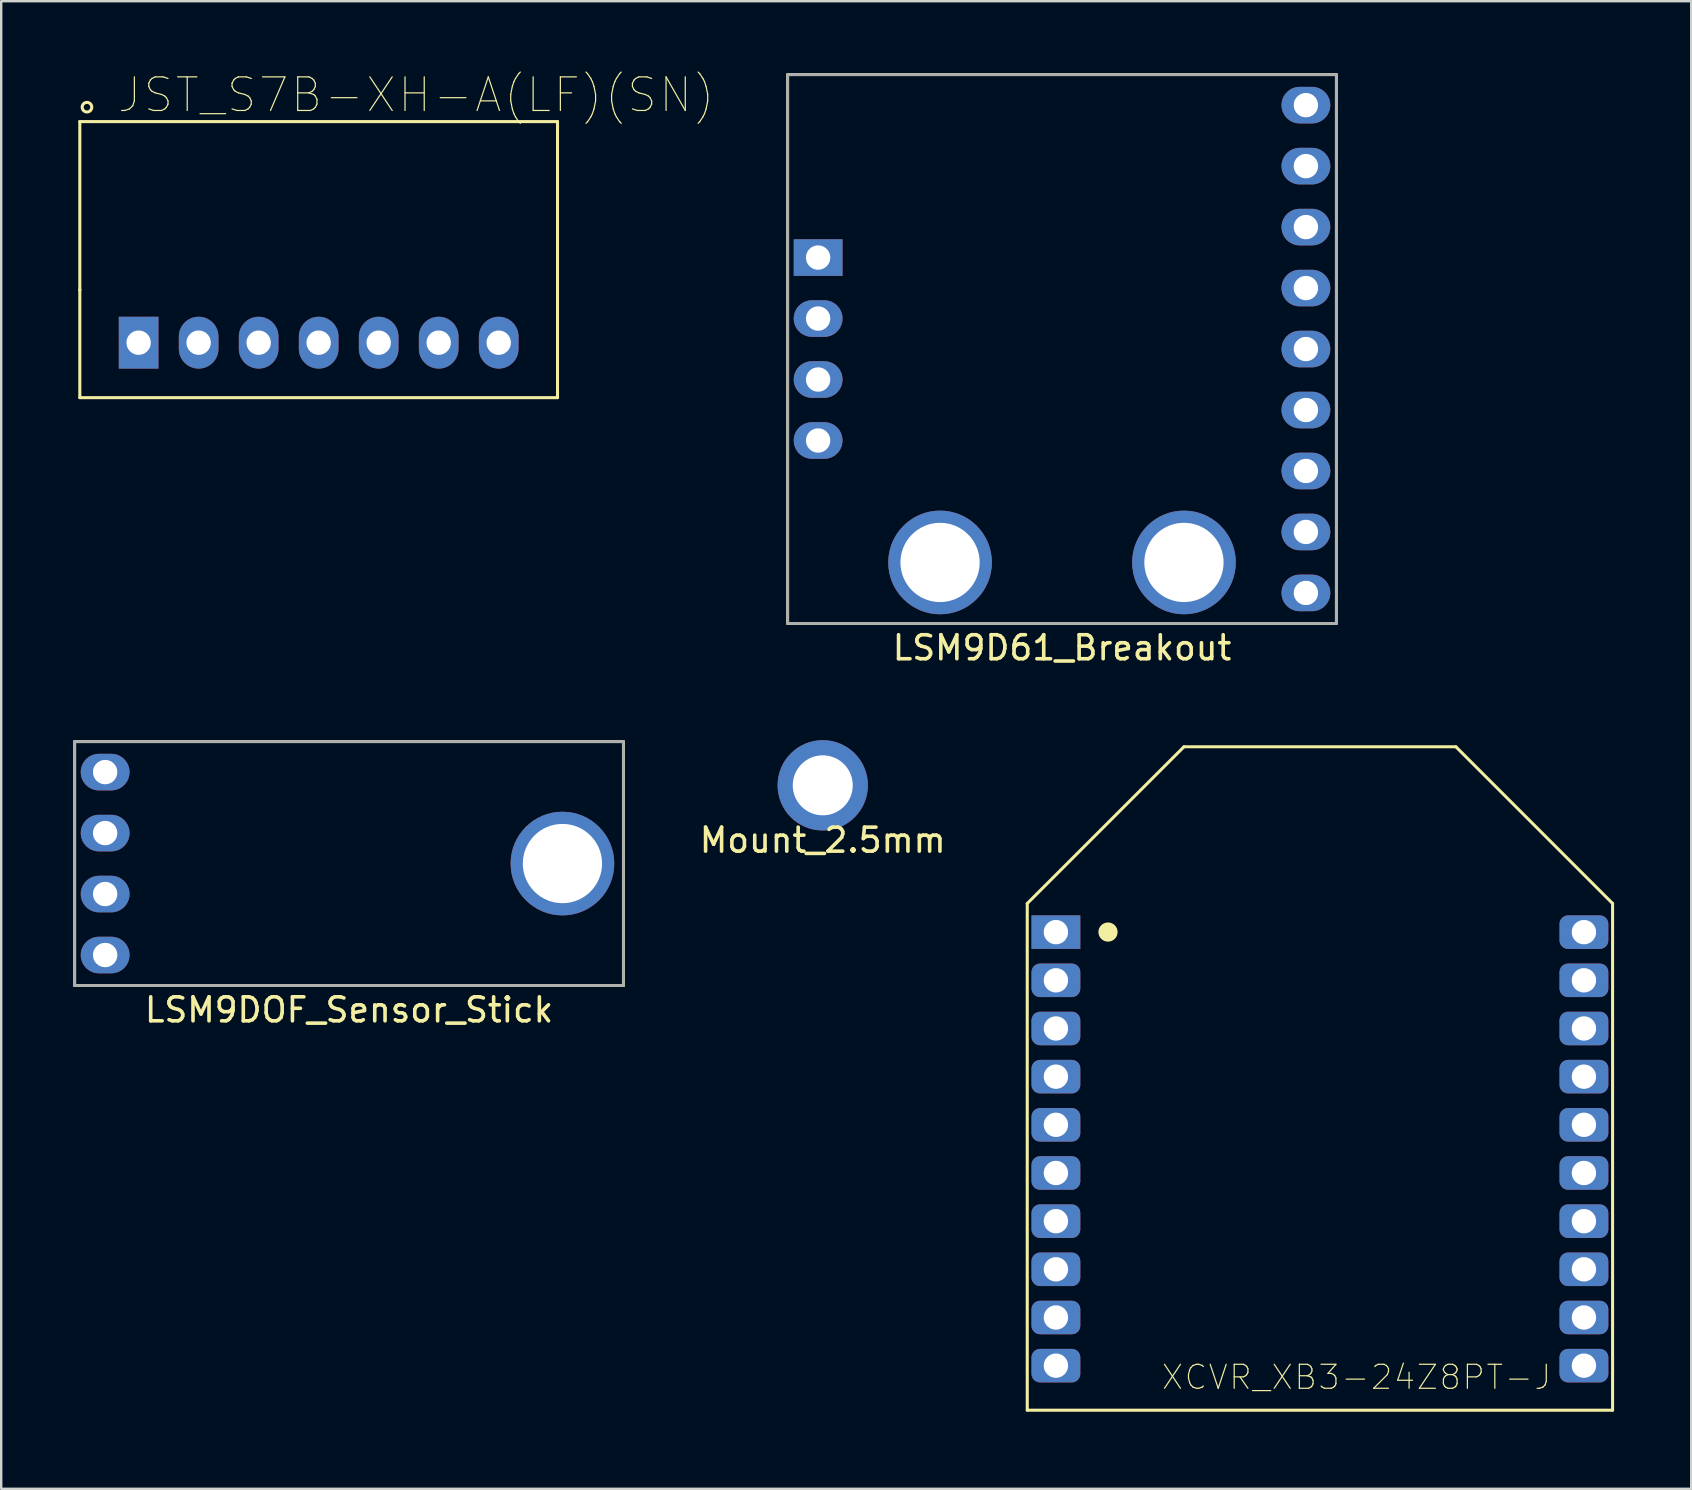
<source format=kicad_pcb>
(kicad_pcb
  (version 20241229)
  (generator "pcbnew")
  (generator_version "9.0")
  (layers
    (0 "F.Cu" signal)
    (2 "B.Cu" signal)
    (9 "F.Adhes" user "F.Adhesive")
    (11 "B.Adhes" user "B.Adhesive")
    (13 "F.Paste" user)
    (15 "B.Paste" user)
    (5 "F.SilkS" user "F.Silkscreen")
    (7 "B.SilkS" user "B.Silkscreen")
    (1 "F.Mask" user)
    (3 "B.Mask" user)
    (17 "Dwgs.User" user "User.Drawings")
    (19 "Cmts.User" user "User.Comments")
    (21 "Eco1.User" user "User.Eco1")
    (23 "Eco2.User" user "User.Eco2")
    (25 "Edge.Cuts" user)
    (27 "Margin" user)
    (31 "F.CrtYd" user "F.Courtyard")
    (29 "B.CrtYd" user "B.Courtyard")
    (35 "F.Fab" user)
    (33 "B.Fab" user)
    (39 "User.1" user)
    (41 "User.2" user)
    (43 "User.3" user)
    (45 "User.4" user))
  (footprint "LSM9D61_Breakout"
    (layer "F.Cu")
    (at 41.191 11.49)
    (property "Reference" "LSM9D61_Breakout" (at 0 12.446 0) (layer "F.SilkS") (effects (font (size 1 1) (thickness 0.15))))
    (attr through_hole)
    (fp_line (start -11.43 -11.43) (end -11.43 11.43) (stroke (width 0.12) (type solid)) (layer "F.SilkS"))
    (fp_line (start -11.43 11.43) (end 11.43 11.43) (stroke (width 0.12) (type solid)) (layer "F.SilkS"))
    (fp_line (start 11.43 -11.43) (end -11.43 -11.43) (stroke (width 0.12) (type solid)) (layer "F.SilkS"))
    (fp_line (start 11.43 11.43) (end 11.43 -11.43) (stroke (width 0.12) (type solid)) (layer "F.SilkS"))
    (fp_line (start -11.43 -11.43) (end 11.43 -11.43) (stroke (width 0.12) (type solid)) (layer "F.Fab"))
    (fp_line (start -11.43 11.43) (end -11.43 -11.43) (stroke (width 0.12) (type solid)) (layer "F.Fab"))
    (fp_line (start 11.43 -11.43) (end 11.43 11.43) (stroke (width 0.12) (type solid)) (layer "F.Fab"))
    (fp_line (start 11.43 11.43) (end -11.43 11.43) (stroke (width 0.12) (type solid)) (layer "F.Fab"))
    (pad "1" thru_hole rect (at -10.16 -3.81) (size 2.032 1.524) (drill 1.016) (layers "*.Cu" "*.Mask"))
    (pad "2" thru_hole oval (at -10.16 -1.27) (size 2.032 1.524) (drill 1.016) (layers "*.Cu" "*.Mask"))
    (pad "3" thru_hole oval (at -10.16 1.27) (size 2.032 1.524) (drill 1.016) (layers "*.Cu" "*.Mask"))
    (pad "4" thru_hole oval (at -10.16 3.81) (size 2.032 1.524) (drill 1.016) (layers "*.Cu" "*.Mask"))
    (pad "5" thru_hole oval (at 10.16 10.16) (size 2.032 1.524) (drill 1.016) (layers "*.Cu" "*.Mask"))
    (pad "6" thru_hole oval (at 10.16 7.62) (size 2.032 1.524) (drill 1.016) (layers "*.Cu" "*.Mask"))
    (pad "7" thru_hole oval (at 10.16 5.08) (size 2.032 1.524) (drill 1.016) (layers "*.Cu" "*.Mask"))
    (pad "8" thru_hole oval (at 10.16 2.54) (size 2.032 1.524) (drill 1.016) (layers "*.Cu" "*.Mask"))
    (pad "9" thru_hole oval (at 10.16 0) (size 2.032 1.524) (drill 1.016) (layers "*.Cu" "*.Mask"))
    (pad "10" thru_hole oval (at 10.16 -2.54) (size 2.032 1.524) (drill 1.016) (layers "*.Cu" "*.Mask"))
    (pad "11" thru_hole oval (at 10.16 -5.08) (size 2.032 1.524) (drill 1.016) (layers "*.Cu" "*.Mask"))
    (pad "12" thru_hole oval (at 10.16 -7.62) (size 2.032 1.524) (drill 1.016) (layers "*.Cu" "*.Mask"))
    (pad "13" thru_hole oval (at 10.16 -10.16) (size 2.032 1.524) (drill 1.016) (layers "*.Cu" "*.Mask"))
    (pad "M" thru_hole circle (at -5.08 8.89) (size 4.318 4.318) (drill 3.302) (layers "*.Cu" "*.Mask"))
    (pad "M" thru_hole circle (at 5.08 8.89 180) (size 4.318 4.318) (drill 3.302) (layers "*.Cu" "*.Mask")))
  (footprint "LSM9DOF_Sensor_Stick"
    (layer "F.Cu")
    (at 11.49 32.924)
    (property "Reference" "LSM9DOF_Sensor_Stick" (at 0 6.096 0) (layer "F.SilkS") (effects (font (size 1 1) (thickness 0.15))))
    (attr through_hole)
    (fp_line (start -11.43 -5.08) (end -11.43 5.08) (stroke (width 0.12) (type solid)) (layer "F.SilkS"))
    (fp_line (start -11.43 5.08) (end 11.43 5.08) (stroke (width 0.12) (type solid)) (layer "F.SilkS"))
    (fp_line (start 11.43 -5.08) (end -11.43 -5.08) (stroke (width 0.12) (type solid)) (layer "F.SilkS"))
    (fp_line (start 11.43 5.08) (end 11.43 -5.08) (stroke (width 0.12) (type solid)) (layer "F.SilkS"))
    (fp_line (start -11.43 -5.08) (end 11.43 -5.08) (stroke (width 0.12) (type solid)) (layer "F.Fab"))
    (fp_line (start -11.43 5.08) (end -11.43 -5.08) (stroke (width 0.12) (type solid)) (layer "F.Fab"))
    (fp_line (start 11.43 -5.08) (end 11.43 5.08) (stroke (width 0.12) (type solid)) (layer "F.Fab"))
    (fp_line (start 11.43 5.08) (end -11.43 5.08) (stroke (width 0.12) (type solid)) (layer "F.Fab"))
    (pad "1" thru_hole oval (at -10.16 -3.81) (size 2.032 1.524) (drill 1.016) (layers "*.Cu" "*.Mask"))
    (pad "2" thru_hole oval (at -10.16 -1.27) (size 2.032 1.524) (drill 1.016) (layers "*.Cu" "*.Mask"))
    (pad "3" thru_hole oval (at -10.16 1.27) (size 2.032 1.524) (drill 1.016) (layers "*.Cu" "*.Mask"))
    (pad "4" thru_hole oval (at -10.16 3.81) (size 2.032 1.524) (drill 1.016) (layers "*.Cu" "*.Mask"))
    (pad "5" thru_hole circle (at 8.89 0) (size 4.318 4.318) (drill 3.302) (layers "*.Cu" "*.Mask")))
  (footprint "Mount_2.5mm"
    (layer "F.Cu")
    (at 31.224 29.665)
    (property "Reference" "Mount_2.5mm" (at 0 2.286 0) (layer "F.SilkS") (effects (font (size 1 1) (thickness 0.15))))
    (attr through_hole)
    (pad "M" thru_hole circle (at 0 0) (size 3.762 3.762) (drill 2.5) (layers "*.Cu" "*.Mask")))
  (footprint "XCVR_XB3-24Z8PT-J"
    (layer "F.Cu")
    (at 51.935 41.877)
    (property "Reference" "XCVR_XB3-24Z8PT-J" (at 1.524 12.446 0) (layer "F.SilkS") (effects (font (size 1 1) (thickness 0.05))))
    (attr through_hole)
    (fp_line (start -12.192 -7.29) (end -5.664 -13.818) (stroke (width 0.127) (type solid)) (layer "F.SilkS"))
    (fp_line (start -12.192 13.818) (end -12.192 -7.29) (stroke (width 0.127) (type solid)) (layer "F.SilkS"))
    (fp_line (start -5.664 -13.818) (end 5.664 -13.818) (stroke (width 0.127) (type solid)) (layer "F.SilkS"))
    (fp_line (start 12.192 -7.29) (end 5.664 -13.818) (stroke (width 0.127) (type solid)) (layer "F.SilkS"))
    (fp_line (start 12.192 -7.29) (end 12.192 13.818) (stroke (width 0.127) (type solid)) (layer "F.SilkS"))
    (fp_line (start 12.192 13.818) (end -12.192 13.818) (stroke (width 0.127) (type solid)) (layer "F.SilkS"))
    (fp_circle (center -8.828 -6.1) (end -8.628 -6.1) (stroke (width 0.4) (type solid)) (fill no) (layer "F.SilkS"))
    (fp_line (start -12.442 -7.544) (end -5.918 -14.068) (stroke (width 0.05) (type solid)) (layer "Eco1.User"))
    (fp_line (start -12.442 14.068) (end -12.442 -7.544) (stroke (width 0.05) (type solid)) (layer "Eco1.User"))
    (fp_line (start -5.918 -14.068) (end 5.918 -14.068) (stroke (width 0.05) (type solid)) (layer "Eco1.User"))
    (fp_line (start 12.442 -7.544) (end 5.918 -14.068) (stroke (width 0.05) (type solid)) (layer "Eco1.User"))
    (fp_line (start 12.442 -7.544) (end 12.442 14.068) (stroke (width 0.05) (type solid)) (layer "Eco1.User"))
    (fp_line (start 12.442 14.068) (end -12.442 14.068) (stroke (width 0.05) (type solid)) (layer "Eco1.User"))
    (fp_line (start -12.192 -7.29) (end -5.664 -13.818) (stroke (width 0.127) (type solid)) (layer "Eco2.User"))
    (fp_line (start -12.192 13.818) (end -12.192 -7.29) (stroke (width 0.127) (type solid)) (layer "Eco2.User"))
    (fp_line (start -5.664 -13.818) (end 5.664 -13.818) (stroke (width 0.127) (type solid)) (layer "Eco2.User"))
    (fp_line (start 12.192 -7.29) (end 5.664 -13.818) (stroke (width 0.127) (type solid)) (layer "Eco2.User"))
    (fp_line (start 12.192 -7.29) (end 12.192 13.818) (stroke (width 0.127) (type solid)) (layer "Eco2.User"))
    (fp_line (start 12.192 13.818) (end -12.192 13.818) (stroke (width 0.127) (type solid)) (layer "Eco2.User"))
    (fp_circle (center -8.828 -6.1) (end -8.628 -6.1) (stroke (width 0.4) (type solid)) (fill no) (layer "Eco2.User"))
    (pad "1" thru_hole rect (at -10.998 -6.096) (size 2.032 1.397) (drill 1.016) (layers "*.Cu" "*.Mask"))
    (pad "2" thru_hole roundrect (at -10.998 -4.089) (size 2.032 1.397) (drill 1.016) (layers "*.Cu" "*.Mask") (roundrect_rratio 0.25))
    (pad "3" thru_hole roundrect (at -10.998 -2.083) (size 2.032 1.397) (drill 1.016) (layers "*.Cu" "*.Mask") (roundrect_rratio 0.25))
    (pad "4" thru_hole roundrect (at -10.998 -0.076) (size 2.032 1.397) (drill 1.016) (layers "*.Cu" "*.Mask") (roundrect_rratio 0.25))
    (pad "5" thru_hole roundrect (at -10.998 1.93) (size 2.032 1.397) (drill 1.016) (layers "*.Cu" "*.Mask") (roundrect_rratio 0.25))
    (pad "6" thru_hole roundrect (at -10.998 3.937) (size 2.032 1.397) (drill 1.016) (layers "*.Cu" "*.Mask") (roundrect_rratio 0.25))
    (pad "7" thru_hole roundrect (at -10.998 5.944) (size 2.032 1.397) (drill 1.016) (layers "*.Cu" "*.Mask") (roundrect_rratio 0.25))
    (pad "8" thru_hole roundrect (at -10.998 7.95) (size 2.032 1.397) (drill 1.016) (layers "*.Cu" "*.Mask") (roundrect_rratio 0.25))
    (pad "9" thru_hole roundrect (at -10.998 9.957) (size 2.032 1.397) (drill 1.016) (layers "*.Cu" "*.Mask") (roundrect_rratio 0.25))
    (pad "10" thru_hole roundrect (at -10.998 11.963) (size 2.032 1.397) (drill 1.016) (layers "*.Cu" "*.Mask") (roundrect_rratio 0.25))
    (pad "11" thru_hole roundrect (at 10.998 11.963) (size 2.032 1.397) (drill 1.016) (layers "*.Cu" "*.Mask") (roundrect_rratio 0.25))
    (pad "12" thru_hole roundrect (at 10.998 9.957) (size 2.032 1.397) (drill 1.016) (layers "*.Cu" "*.Mask") (roundrect_rratio 0.25))
    (pad "13" thru_hole roundrect (at 10.998 7.95) (size 2.032 1.397) (drill 1.016) (layers "*.Cu" "*.Mask") (roundrect_rratio 0.25))
    (pad "14" thru_hole roundrect (at 10.998 5.944) (size 2.032 1.397) (drill 1.016) (layers "*.Cu" "*.Mask") (roundrect_rratio 0.25))
    (pad "15" thru_hole roundrect (at 10.998 3.937) (size 2.032 1.397) (drill 1.016) (layers "*.Cu" "*.Mask") (roundrect_rratio 0.25))
    (pad "16" thru_hole roundrect (at 10.998 1.93) (size 2.032 1.397) (drill 1.016) (layers "*.Cu" "*.Mask") (roundrect_rratio 0.25))
    (pad "17" thru_hole roundrect (at 10.998 -0.076) (size 2.032 1.397) (drill 1.016) (layers "*.Cu" "*.Mask") (roundrect_rratio 0.25))
    (pad "18" thru_hole roundrect (at 10.998 -2.083) (size 2.032 1.397) (drill 1.016) (layers "*.Cu" "*.Mask") (roundrect_rratio 0.25))
    (pad "19" thru_hole roundrect (at 10.998 -4.089) (size 2.032 1.397) (drill 1.016) (layers "*.Cu" "*.Mask") (roundrect_rratio 0.25))
    (pad "20" thru_hole roundrect (at 10.998 -6.096) (size 2.032 1.397) (drill 1.016) (layers "*.Cu" "*.Mask") (roundrect_rratio 0.25)))
  (footprint "JST_S7B-XH-A(LF)(SN)"
    (layer "F.Cu")
    (at 10.225 7.765)
    (property "Reference" "JST_S7B-XH-A(LF)(SN)" (at 4.064 -6.858 0) (layer "F.SilkS") (effects (font (size 1.401 1.401) (thickness 0.05))))
    (attr through_hole)
    (fp_line (start -9.95 -5.75) (end 9.95 -5.75) (stroke (width 0.127) (type solid)) (layer "F.SilkS"))
    (fp_line (start -9.95 1.25) (end -9.95 -5.75) (stroke (width 0.127) (type solid)) (layer "F.SilkS"))
    (fp_line (start -9.95 1.27) (end -9.95 1.25) (stroke (width 0.127) (type solid)) (layer "F.SilkS"))
    (fp_line (start -9.95 5.75) (end -9.95 1.27) (stroke (width 0.127) (type solid)) (layer "F.SilkS"))
    (fp_line (start 9.95 -5.75) (end 9.95 5.75) (stroke (width 0.127) (type solid)) (layer "F.SilkS"))
    (fp_line (start 9.95 5.75) (end -9.95 5.75) (stroke (width 0.127) (type solid)) (layer "F.SilkS"))
    (fp_circle (center -9.652 -6.35) (end -9.452 -6.35) (stroke (width 0.127) (type solid)) (fill no) (layer "F.SilkS"))
    (fp_line (start -10.2 -6) (end 10.2 -6) (stroke (width 0.05) (type solid)) (layer "Eco1.User"))
    (fp_line (start -10.2 6) (end -10.2 -6) (stroke (width 0.05) (type solid)) (layer "Eco1.User"))
    (fp_line (start 10.2 -6) (end 10.2 6) (stroke (width 0.05) (type solid)) (layer "Eco1.User"))
    (fp_line (start 10.2 6) (end -10.2 6) (stroke (width 0.05) (type solid)) (layer "Eco1.User"))
    (fp_line (start -9.95 -5.75) (end -9.95 1.25) (stroke (width 0.127) (type solid)) (layer "Eco2.User"))
    (fp_line (start -9.95 1.25) (end -9.95 5.75) (stroke (width 0.127) (type solid)) (layer "Eco2.User"))
    (fp_line (start -9.95 1.25) (end -8.725 1.25) (stroke (width 0.127) (type solid)) (layer "Eco2.User"))
    (fp_line (start -9.95 5.75) (end -8.725 5.75) (stroke (width 0.127) (type solid)) (layer "Eco2.User"))
    (fp_line (start -8.725 1.25) (end -8.5 1.25) (stroke (width 0.127) (type solid)) (layer "Eco2.User"))
    (fp_line (start -8.725 5.75) (end -8.725 1.25) (stroke (width 0.127) (type solid)) (layer "Eco2.User"))
    (fp_line (start -8.5 0) (end -6.5 0) (stroke (width 0.127) (type solid)) (layer "Eco2.User"))
    (fp_line (start -8.5 1.25) (end -8.5 0) (stroke (width 0.127) (type solid)) (layer "Eco2.User"))
    (fp_line (start -6.5 0) (end -6.5 1.25) (stroke (width 0.127) (type solid)) (layer "Eco2.User"))
    (fp_line (start -6.5 1.25) (end -6 1.25) (stroke (width 0.127) (type solid)) (layer "Eco2.User"))
    (fp_line (start -6 0) (end -4 0) (stroke (width 0.127) (type solid)) (layer "Eco2.User"))
    (fp_line (start -6 1.25) (end -6 0) (stroke (width 0.127) (type solid)) (layer "Eco2.User"))
    (fp_line (start -4 0) (end -4 1.25) (stroke (width 0.127) (type solid)) (layer "Eco2.User"))
    (fp_line (start -4 1.25) (end -3.5 1.25) (stroke (width 0.127) (type solid)) (layer "Eco2.User"))
    (fp_line (start -3.5 0) (end -1.5 0) (stroke (width 0.127) (type solid)) (layer "Eco2.User"))
    (fp_line (start -3.5 1.25) (end -3.5 0) (stroke (width 0.127) (type solid)) (layer "Eco2.User"))
    (fp_line (start -1.5 0) (end -1.5 1.25) (stroke (width 0.127) (type solid)) (layer "Eco2.User"))
    (fp_line (start -1.5 1.25) (end -1 1.25) (stroke (width 0.127) (type solid)) (layer "Eco2.User"))
    (fp_line (start -1 0) (end 1 0) (stroke (width 0.127) (type solid)) (layer "Eco2.User"))
    (fp_line (start -1 1.25) (end -1 0) (stroke (width 0.127) (type solid)) (layer "Eco2.User"))
    (fp_line (start 1 0) (end 1 1.25) (stroke (width 0.127) (type solid)) (layer "Eco2.User"))
    (fp_line (start 1 1.25) (end 1.5 1.25) (stroke (width 0.127) (type solid)) (layer "Eco2.User"))
    (fp_line (start 1.5 0) (end 3.5 0) (stroke (width 0.127) (type solid)) (layer "Eco2.User"))
    (fp_line (start 1.5 1.25) (end 1.5 0) (stroke (width 0.127) (type solid)) (layer "Eco2.User"))
    (fp_line (start 3.5 0) (end 3.5 1.25) (stroke (width 0.127) (type solid)) (layer "Eco2.User"))
    (fp_line (start 3.5 1.25) (end 4 1.25) (stroke (width 0.127) (type solid)) (layer "Eco2.User"))
    (fp_line (start 4 0) (end 6 0) (stroke (width 0.127) (type solid)) (layer "Eco2.User"))
    (fp_line (start 4 1.25) (end 4 0) (stroke (width 0.127) (type solid)) (layer "Eco2.User"))
    (fp_line (start 6 0) (end 6 1.25) (stroke (width 0.127) (type solid)) (layer "Eco2.User"))
    (fp_line (start 6 1.25) (end 6.5 1.25) (stroke (width 0.127) (type solid)) (layer "Eco2.User"))
    (fp_line (start 6.5 0) (end 8.5 0) (stroke (width 0.127) (type solid)) (layer "Eco2.User"))
    (fp_line (start 6.5 1.25) (end 6.5 0) (stroke (width 0.127) (type solid)) (layer "Eco2.User"))
    (fp_line (start 8.5 0) (end 8.5 1.25) (stroke (width 0.127) (type solid)) (layer "Eco2.User"))
    (fp_line (start 8.5 1.25) (end 8.725 1.25) (stroke (width 0.127) (type solid)) (layer "Eco2.User"))
    (fp_line (start 8.725 1.25) (end 8.725 5.75) (stroke (width 0.127) (type solid)) (layer "Eco2.User"))
    (fp_line (start 8.725 1.25) (end 9.95 1.25) (stroke (width 0.127) (type solid)) (layer "Eco2.User"))
    (fp_line (start 8.725 5.75) (end 9.95 5.75) (stroke (width 0.127) (type solid)) (layer "Eco2.User"))
    (fp_line (start 9.95 -5.75) (end -9.95 -5.75) (stroke (width 0.127) (type solid)) (layer "Eco2.User"))
    (fp_line (start 9.95 1.25) (end 9.95 -5.75) (stroke (width 0.127) (type solid)) (layer "Eco2.User"))
    (fp_line (start 9.95 5.75) (end 9.95 1.25) (stroke (width 0.127) (type solid)) (layer "Eco2.User"))
    (pad "1" thru_hole rect (at -7.5 3.46) (size 1.651 2.159) (drill 1.016) (layers "*.Cu" "*.Mask"))
    (pad "2" thru_hole oval (at -5 3.46) (size 1.651 2.159) (drill 1.016) (layers "*.Cu" "*.Mask"))
    (pad "3" thru_hole oval (at -2.5 3.46) (size 1.651 2.159) (drill 1.016) (layers "*.Cu" "*.Mask"))
    (pad "4" thru_hole oval (at 0 3.46) (size 1.651 2.159) (drill 1.016) (layers "*.Cu" "*.Mask"))
    (pad "5" thru_hole oval (at 2.5 3.46) (size 1.651 2.159) (drill 1.016) (layers "*.Cu" "*.Mask"))
    (pad "6" thru_hole oval (at 5 3.46) (size 1.651 2.159) (drill 1.016) (layers "*.Cu" "*.Mask"))
    (pad "7" thru_hole oval (at 7.5 3.46) (size 1.651 2.159) (drill 1.016) (layers "*.Cu" "*.Mask")))
  (gr_rect
    (start -3 -3)
    (end 67.402 58.969)
    (stroke (width 0.1) (type default))
    (fill no)
    (layer "Edge.Cuts")))
</source>
